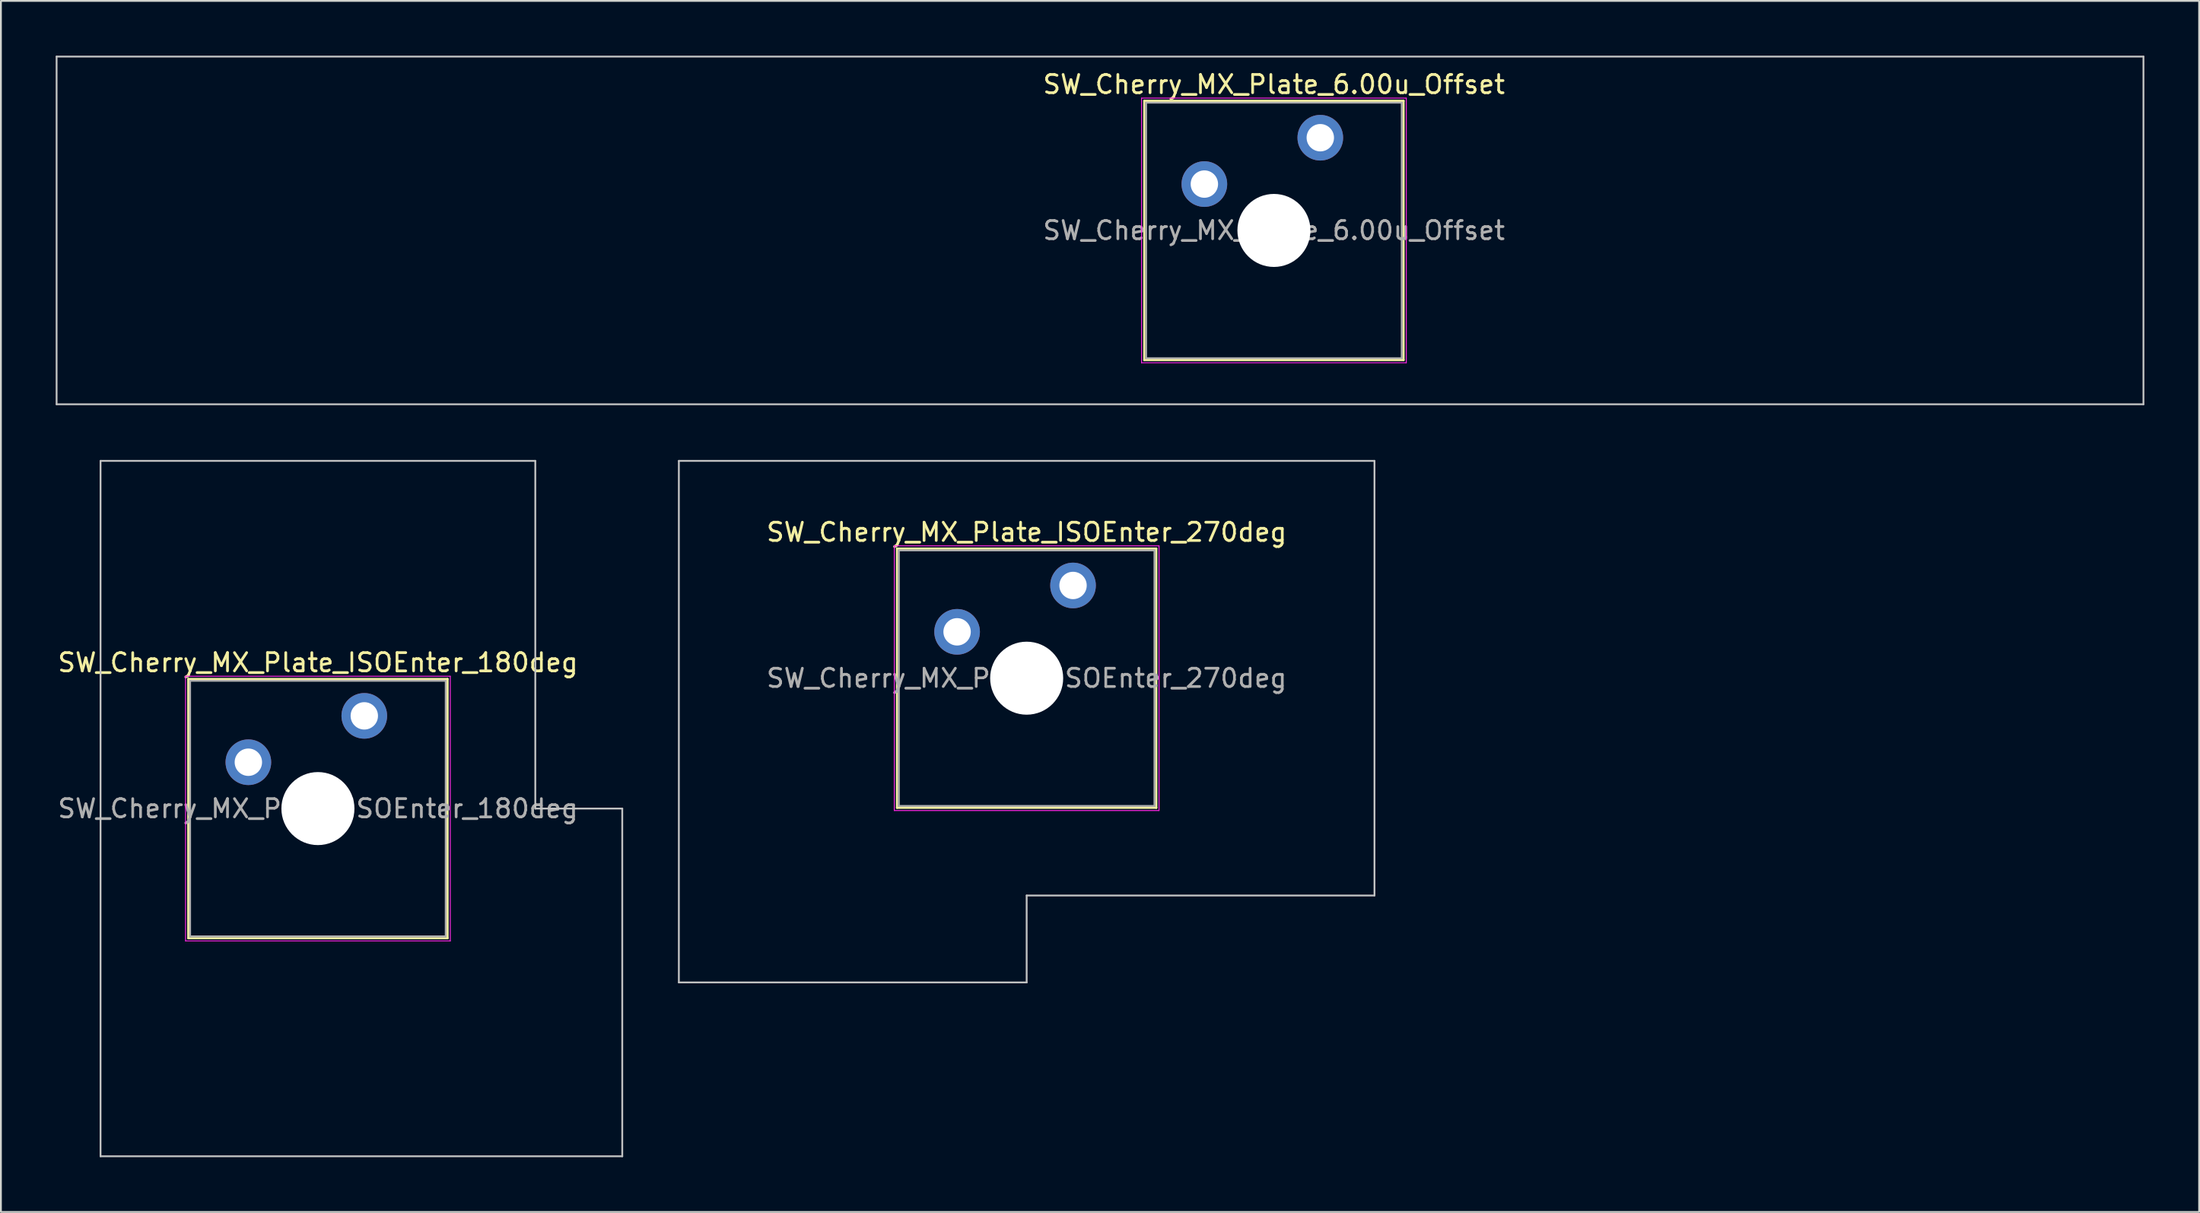
<source format=kicad_pcb>
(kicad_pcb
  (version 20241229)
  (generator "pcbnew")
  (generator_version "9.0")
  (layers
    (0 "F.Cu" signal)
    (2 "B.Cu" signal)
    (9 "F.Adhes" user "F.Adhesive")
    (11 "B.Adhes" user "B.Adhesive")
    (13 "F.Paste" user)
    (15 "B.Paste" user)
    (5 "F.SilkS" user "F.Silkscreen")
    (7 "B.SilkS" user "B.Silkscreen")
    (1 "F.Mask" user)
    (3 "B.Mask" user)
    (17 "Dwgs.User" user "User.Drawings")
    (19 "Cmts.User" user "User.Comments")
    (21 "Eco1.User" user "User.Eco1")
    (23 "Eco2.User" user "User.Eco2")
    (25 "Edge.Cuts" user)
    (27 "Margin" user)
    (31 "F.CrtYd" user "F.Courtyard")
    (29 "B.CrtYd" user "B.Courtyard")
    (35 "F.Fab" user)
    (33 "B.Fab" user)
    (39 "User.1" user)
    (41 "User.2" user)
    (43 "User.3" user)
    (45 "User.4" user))
  (footprint "SW_Cherry_MX_Plate_ISOEnter_180deg"
    (layer "F.Cu")
    (at 14.363 41.25)
    (property "Reference" "SW_Cherry_MX_Plate_ISOEnter_180deg" (at 0 -8 0) (layer "F.SilkS") (effects (font (size 1 1) (thickness 0.15))))
    (attr through_hole)
    (fp_line (start -7.1 -7.1) (end -7.1 7.1) (stroke (width 0.12) (type solid)) (layer "F.SilkS"))
    (fp_line (start -7.1 7.1) (end 7.1 7.1) (stroke (width 0.12) (type solid)) (layer "F.SilkS"))
    (fp_line (start 7.1 -7.1) (end -7.1 -7.1) (stroke (width 0.12) (type solid)) (layer "F.SilkS"))
    (fp_line (start 7.1 7.1) (end 7.1 -7.1) (stroke (width 0.12) (type solid)) (layer "F.SilkS"))
    (fp_line (start -11.906 -19.05) (end -11.906 19.05) (stroke (width 0.1) (type solid)) (layer "Dwgs.User"))
    (fp_line (start -11.906 19.05) (end 16.669 19.05) (stroke (width 0.1) (type solid)) (layer "Dwgs.User"))
    (fp_line (start 11.906 -19.05) (end -11.906 -19.05) (stroke (width 0.1) (type solid)) (layer "Dwgs.User"))
    (fp_line (start 11.906 0) (end 11.906 -19.05) (stroke (width 0.1) (type solid)) (layer "Dwgs.User"))
    (fp_line (start 16.669 0) (end 11.906 0) (stroke (width 0.1) (type solid)) (layer "Dwgs.User"))
    (fp_line (start 16.669 19.05) (end 16.669 0) (stroke (width 0.1) (type solid)) (layer "Dwgs.User"))
    (fp_line (start -7 -7) (end -7 7) (stroke (width 0.1) (type solid)) (layer "Eco1.User"))
    (fp_line (start -7 7) (end 7 7) (stroke (width 0.1) (type solid)) (layer "Eco1.User"))
    (fp_line (start 7 -7) (end -7 -7) (stroke (width 0.1) (type solid)) (layer "Eco1.User"))
    (fp_line (start 7 7) (end 7 -7) (stroke (width 0.1) (type solid)) (layer "Eco1.User"))
    (fp_line (start -7.25 -7.25) (end -7.25 7.25) (stroke (width 0.05) (type solid)) (layer "F.CrtYd"))
    (fp_line (start -7.25 7.25) (end 7.25 7.25) (stroke (width 0.05) (type solid)) (layer "F.CrtYd"))
    (fp_line (start 7.25 -7.25) (end -7.25 -7.25) (stroke (width 0.05) (type solid)) (layer "F.CrtYd"))
    (fp_line (start 7.25 7.25) (end 7.25 -7.25) (stroke (width 0.05) (type solid)) (layer "F.CrtYd"))
    (fp_line (start -7 -7) (end -7 7) (stroke (width 0.1) (type solid)) (layer "F.Fab"))
    (fp_line (start -7 7) (end 7 7) (stroke (width 0.1) (type solid)) (layer "F.Fab"))
    (fp_line (start 7 -7) (end -7 -7) (stroke (width 0.1) (type solid)) (layer "F.Fab"))
    (fp_line (start 7 7) (end 7 -7) (stroke (width 0.1) (type solid)) (layer "F.Fab"))
    (fp_text user "${REFERENCE}" (at 0 0 0) (layer "F.Fab") (effects (font (size 1 1) (thickness 0.15))))
    (pad "" smd circle (at -3.81 -2.54) (size 1.55 1.55) (layers "F.Mask"))
    (pad "" np_thru_hole circle (at 0 0) (size 4 4) (drill 4) (layers "*.Cu" "*.Mask"))
    (pad "" smd circle (at 2.54 -5.08) (size 1.55 1.55) (layers "F.Mask"))
    (pad "1" thru_hole circle (at -3.81 -2.54) (size 2.5 2.5) (drill 1.5) (layers "*.Cu" "B.Mask"))
    (pad "2" thru_hole circle (at 2.54 -5.08) (size 2.5 2.5) (drill 1.5) (layers "*.Cu" "B.Mask")))
  (footprint "SW_Cherry_MX_Plate_6.00u_Offset"
    (layer "F.Cu")
    (at 66.725 9.575)
    (property "Reference" "SW_Cherry_MX_Plate_6.00u_Offset" (at 0 -8 0) (layer "F.SilkS") (effects (font (size 1 1) (thickness 0.15))))
    (attr through_hole)
    (fp_line (start -7.1 -7.1) (end -7.1 7.1) (stroke (width 0.12) (type solid)) (layer "F.SilkS"))
    (fp_line (start -7.1 7.1) (end 7.1 7.1) (stroke (width 0.12) (type solid)) (layer "F.SilkS"))
    (fp_line (start 7.1 -7.1) (end -7.1 -7.1) (stroke (width 0.12) (type solid)) (layer "F.SilkS"))
    (fp_line (start 7.1 7.1) (end 7.1 -7.1) (stroke (width 0.12) (type solid)) (layer "F.SilkS"))
    (fp_line (start -66.675 -9.525) (end -66.675 9.525) (stroke (width 0.1) (type solid)) (layer "Dwgs.User"))
    (fp_line (start -66.675 9.525) (end 47.625 9.525) (stroke (width 0.1) (type solid)) (layer "Dwgs.User"))
    (fp_line (start 47.625 -9.525) (end -66.675 -9.525) (stroke (width 0.1) (type solid)) (layer "Dwgs.User"))
    (fp_line (start 47.625 9.525) (end 47.625 -9.525) (stroke (width 0.1) (type solid)) (layer "Dwgs.User"))
    (fp_line (start -7 -7) (end -7 7) (stroke (width 0.1) (type solid)) (layer "Eco1.User"))
    (fp_line (start -7 7) (end 7 7) (stroke (width 0.1) (type solid)) (layer "Eco1.User"))
    (fp_line (start 7 -7) (end -7 -7) (stroke (width 0.1) (type solid)) (layer "Eco1.User"))
    (fp_line (start 7 7) (end 7 -7) (stroke (width 0.1) (type solid)) (layer "Eco1.User"))
    (fp_line (start -7.25 -7.25) (end -7.25 7.25) (stroke (width 0.05) (type solid)) (layer "F.CrtYd"))
    (fp_line (start -7.25 7.25) (end 7.25 7.25) (stroke (width 0.05) (type solid)) (layer "F.CrtYd"))
    (fp_line (start 7.25 -7.25) (end -7.25 -7.25) (stroke (width 0.05) (type solid)) (layer "F.CrtYd"))
    (fp_line (start 7.25 7.25) (end 7.25 -7.25) (stroke (width 0.05) (type solid)) (layer "F.CrtYd"))
    (fp_line (start -7 -7) (end -7 7) (stroke (width 0.1) (type solid)) (layer "F.Fab"))
    (fp_line (start -7 7) (end 7 7) (stroke (width 0.1) (type solid)) (layer "F.Fab"))
    (fp_line (start 7 -7) (end -7 -7) (stroke (width 0.1) (type solid)) (layer "F.Fab"))
    (fp_line (start 7 7) (end 7 -7) (stroke (width 0.1) (type solid)) (layer "F.Fab"))
    (fp_text user "${REFERENCE}" (at 0 0 0) (layer "F.Fab") (effects (font (size 1 1) (thickness 0.15))))
    (pad "" smd circle (at -3.81 -2.54) (size 1.55 1.55) (layers "F.Mask"))
    (pad "" np_thru_hole circle (at 0 0) (size 4 4) (drill 4) (layers "*.Cu" "*.Mask"))
    (pad "" smd circle (at 2.54 -5.08) (size 1.55 1.55) (layers "F.Mask"))
    (pad "1" thru_hole circle (at -3.81 -2.54) (size 2.5 2.5) (drill 1.5) (layers "*.Cu" "B.Mask"))
    (pad "2" thru_hole circle (at 2.54 -5.08) (size 2.5 2.5) (drill 1.5) (layers "*.Cu" "B.Mask")))
  (footprint "SW_Cherry_MX_Plate_ISOEnter_270deg"
    (layer "F.Cu")
    (at 53.182 34.106)
    (property "Reference" "SW_Cherry_MX_Plate_ISOEnter_270deg" (at 0 -8 0) (layer "F.SilkS") (effects (font (size 1 1) (thickness 0.15))))
    (attr through_hole)
    (fp_line (start -7.1 -7.1) (end -7.1 7.1) (stroke (width 0.12) (type solid)) (layer "F.SilkS"))
    (fp_line (start -7.1 7.1) (end 7.1 7.1) (stroke (width 0.12) (type solid)) (layer "F.SilkS"))
    (fp_line (start 7.1 -7.1) (end -7.1 -7.1) (stroke (width 0.12) (type solid)) (layer "F.SilkS"))
    (fp_line (start 7.1 7.1) (end 7.1 -7.1) (stroke (width 0.12) (type solid)) (layer "F.SilkS"))
    (fp_line (start -19.05 -11.906) (end -19.05 16.669) (stroke (width 0.1) (type solid)) (layer "Dwgs.User"))
    (fp_line (start -19.05 16.669) (end 0 16.669) (stroke (width 0.1) (type solid)) (layer "Dwgs.User"))
    (fp_line (start 0 11.906) (end 19.05 11.906) (stroke (width 0.1) (type solid)) (layer "Dwgs.User"))
    (fp_line (start 0 16.669) (end 0 11.906) (stroke (width 0.1) (type solid)) (layer "Dwgs.User"))
    (fp_line (start 19.05 -11.906) (end -19.05 -11.906) (stroke (width 0.1) (type solid)) (layer "Dwgs.User"))
    (fp_line (start 19.05 11.906) (end 19.05 -11.906) (stroke (width 0.1) (type solid)) (layer "Dwgs.User"))
    (fp_line (start -7 -7) (end -7 7) (stroke (width 0.1) (type solid)) (layer "Eco1.User"))
    (fp_line (start -7 7) (end 7 7) (stroke (width 0.1) (type solid)) (layer "Eco1.User"))
    (fp_line (start 7 -7) (end -7 -7) (stroke (width 0.1) (type solid)) (layer "Eco1.User"))
    (fp_line (start 7 7) (end 7 -7) (stroke (width 0.1) (type solid)) (layer "Eco1.User"))
    (fp_line (start -7.25 -7.25) (end -7.25 7.25) (stroke (width 0.05) (type solid)) (layer "F.CrtYd"))
    (fp_line (start -7.25 7.25) (end 7.25 7.25) (stroke (width 0.05) (type solid)) (layer "F.CrtYd"))
    (fp_line (start 7.25 -7.25) (end -7.25 -7.25) (stroke (width 0.05) (type solid)) (layer "F.CrtYd"))
    (fp_line (start 7.25 7.25) (end 7.25 -7.25) (stroke (width 0.05) (type solid)) (layer "F.CrtYd"))
    (fp_line (start -7 -7) (end -7 7) (stroke (width 0.1) (type solid)) (layer "F.Fab"))
    (fp_line (start -7 7) (end 7 7) (stroke (width 0.1) (type solid)) (layer "F.Fab"))
    (fp_line (start 7 -7) (end -7 -7) (stroke (width 0.1) (type solid)) (layer "F.Fab"))
    (fp_line (start 7 7) (end 7 -7) (stroke (width 0.1) (type solid)) (layer "F.Fab"))
    (fp_text user "${REFERENCE}" (at 0 0 0) (layer "F.Fab") (effects (font (size 1 1) (thickness 0.15))))
    (pad "" smd circle (at -3.81 -2.54) (size 1.55 1.55) (layers "F.Mask"))
    (pad "" np_thru_hole circle (at 0 0) (size 4 4) (drill 4) (layers "*.Cu" "*.Mask"))
    (pad "" smd circle (at 2.54 -5.08) (size 1.55 1.55) (layers "F.Mask"))
    (pad "1" thru_hole circle (at -3.81 -2.54) (size 2.5 2.5) (drill 1.5) (layers "*.Cu" "B.Mask"))
    (pad "2" thru_hole circle (at 2.54 -5.08) (size 2.5 2.5) (drill 1.5) (layers "*.Cu" "B.Mask")))
  (gr_rect
    (start -3 -3)
    (end 117.4 63.35)
    (stroke (width 0.1) (type default))
    (fill no)
    (layer "Edge.Cuts")))
</source>
